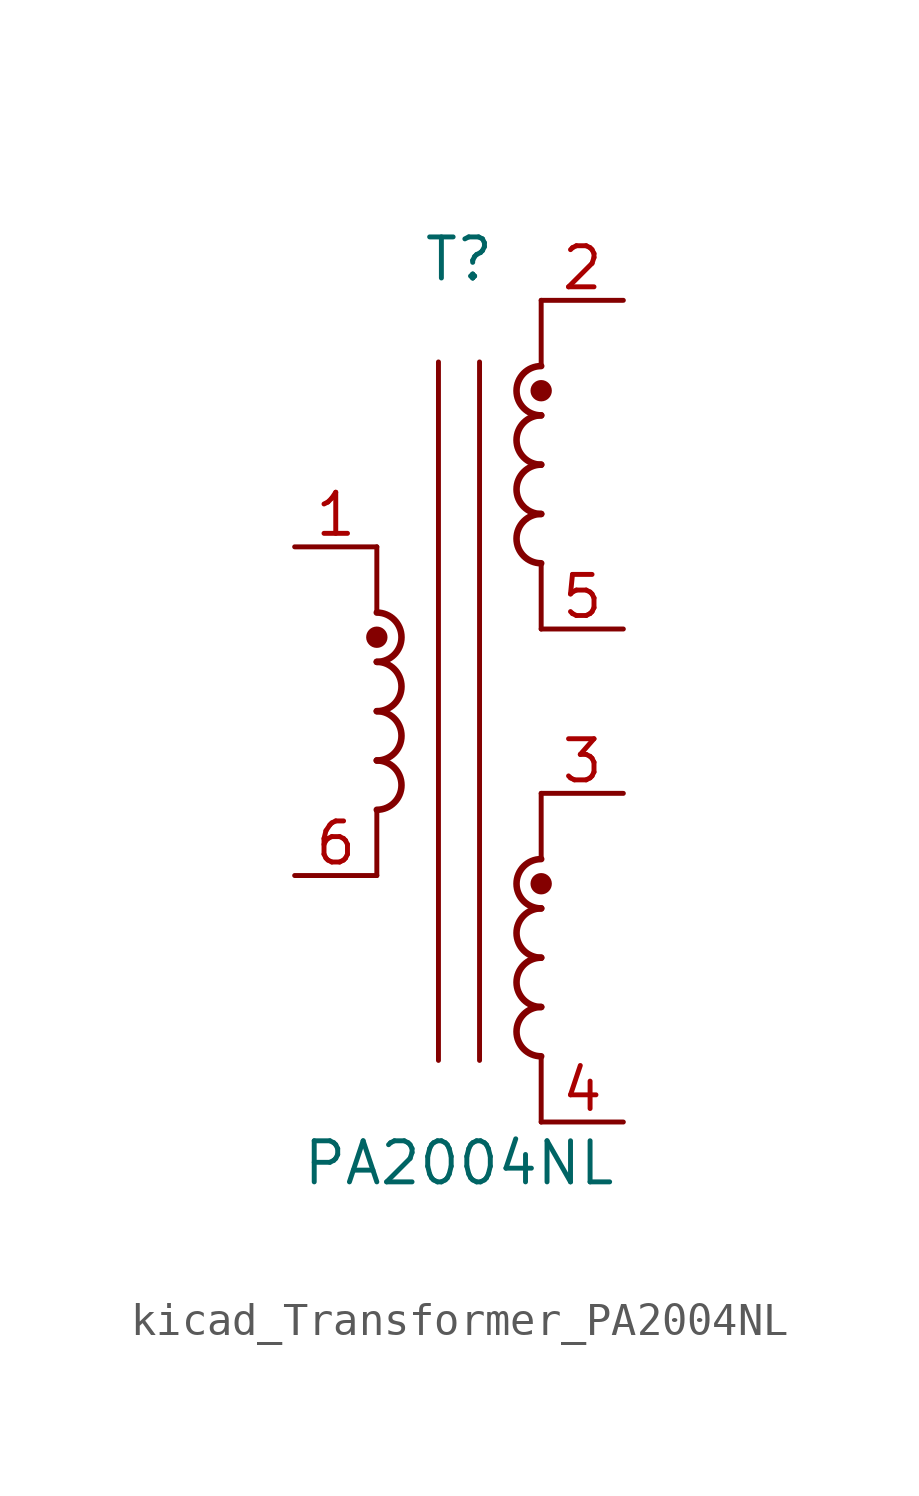
<source format=kicad_sym>
(kicad_symbol_lib
  (version 20220914)
  (generator kicad_symbol_editor)
  (symbol "kicad_Transformer_PA2004NL"
    (pin_names hide)
    (property "Reference" "T"
      (at 0 13.97 0)
      (effects (font (size 1.27 1.27))))
    (property "Value" "PA2004NL"
      (at 0 -13.97 0)
      (effects (font (size 1.27 1.27))))
    (symbol "kicad_Transformer_PA2004NL_0_1"
      (arc (start -2.54 -3.048) (mid -1.7813 -2.286) (end -2.54 -1.524) (stroke (width 0.2032) (type default)) (fill (type none)))
      (arc (start -2.54 -1.524) (mid -1.7813 -0.762) (end -2.54 0) (stroke (width 0.2032) (type default)) (fill (type none)))
      (arc (start -2.54 0) (mid -1.7813 0.762) (end -2.54 1.524) (stroke (width 0.2032) (type default)) (fill (type none)))
      (circle (center -2.54 2.286) (radius 0.254) (stroke (width 0) (type default)) (fill (type outline)))
      (polyline (pts (xy -2.54 -3.048) (xy -2.54 -5.08)) (stroke (width 0) (type default)) (fill (type none)))
      (polyline (pts (xy -2.54 5.08) (xy -2.54 3.048)) (stroke (width 0) (type default)) (fill (type none)))
      (polyline (pts (xy -0.635 10.795) (xy -0.635 -10.795)) (stroke (width 0) (type default)) (fill (type none)))
      (polyline (pts (xy 0.635 10.795) (xy 0.635 -10.795)) (stroke (width 0) (type default)) (fill (type none)))
      (polyline (pts (xy 2.54 -10.668) (xy 2.54 -12.7)) (stroke (width 0) (type default)) (fill (type none)))
      (polyline (pts (xy 2.54 -2.54) (xy 2.54 -4.572)) (stroke (width 0) (type default)) (fill (type none)))
      (polyline (pts (xy 2.54 4.572) (xy 2.54 2.54)) (stroke (width 0) (type default)) (fill (type none)))
      (polyline (pts (xy 2.54 12.7) (xy 2.54 10.668)) (stroke (width 0) (type default)) (fill (type none)))
      (arc (start 2.54 -9.144) (mid 1.7813 -9.906) (end 2.54 -10.668) (stroke (width 0.2032) (type default)) (fill (type none)))
      (arc (start 2.54 -7.62) (mid 1.7813 -8.382) (end 2.54 -9.144) (stroke (width 0.2032) (type default)) (fill (type none)))
      (arc (start 2.54 -6.096) (mid 1.7813 -6.858) (end 2.54 -7.62) (stroke (width 0.2032) (type default)) (fill (type none)))
      (circle (center 2.54 -5.334) (radius 0.254) (stroke (width 0) (type default)) (fill (type outline)))
      (arc (start 2.54 -4.572) (mid 1.7813 -5.334) (end 2.54 -6.096) (stroke (width 0.2032) (type default)) (fill (type none)))
      (arc (start 2.54 6.096) (mid 1.7813 5.334) (end 2.54 4.572) (stroke (width 0.2032) (type default)) (fill (type none)))
      (arc (start 2.54 7.62) (mid 1.7813 6.858) (end 2.54 6.096) (stroke (width 0.2032) (type default)) (fill (type none)))
      (arc (start 2.54 9.144) (mid 1.7813 8.382) (end 2.54 7.62) (stroke (width 0.2032) (type default)) (fill (type none)))
      (circle (center 2.54 9.906) (radius 0.254) (stroke (width 0) (type default)) (fill (type outline)))
      (arc (start 2.54 10.668) (mid 1.7813 9.906) (end 2.54 9.144) (stroke (width 0.2032) (type default)) (fill (type none))))
    (symbol "kicad_Transformer_PA2004NL_1_1"
      (arc (start -2.54 1.524) (mid -1.7813 2.286) (end -2.54 3.048) (stroke (width 0.2032) (type default)) (fill (type none)))
      (pin passive line (at -5.08 5.08 0) (length 2.54) (name "~" (effects (font (size 1.27 1.27)))) (number "1" (effects (font (size 1.27 1.27)))))
      (pin passive line (at 5.08 12.7 180) (length 2.54) (name "~" (effects (font (size 1.27 1.27)))) (number "2" (effects (font (size 1.27 1.27)))))
      (pin passive line (at 5.08 -2.54 180) (length 2.54) (name "~" (effects (font (size 1.27 1.27)))) (number "3" (effects (font (size 1.27 1.27)))))
      (pin passive line (at 5.08 -12.7 180) (length 2.54) (name "~" (effects (font (size 1.27 1.27)))) (number "4" (effects (font (size 1.27 1.27)))))
      (pin passive line (at 5.08 2.54 180) (length 2.54) (name "~" (effects (font (size 1.27 1.27)))) (number "5" (effects (font (size 1.27 1.27)))))
      (pin passive line (at -5.08 -5.08 0) (length 2.54) (name "~" (effects (font (size 1.27 1.27)))) (number "6" (effects (font (size 1.27 1.27))))))))
</source>
